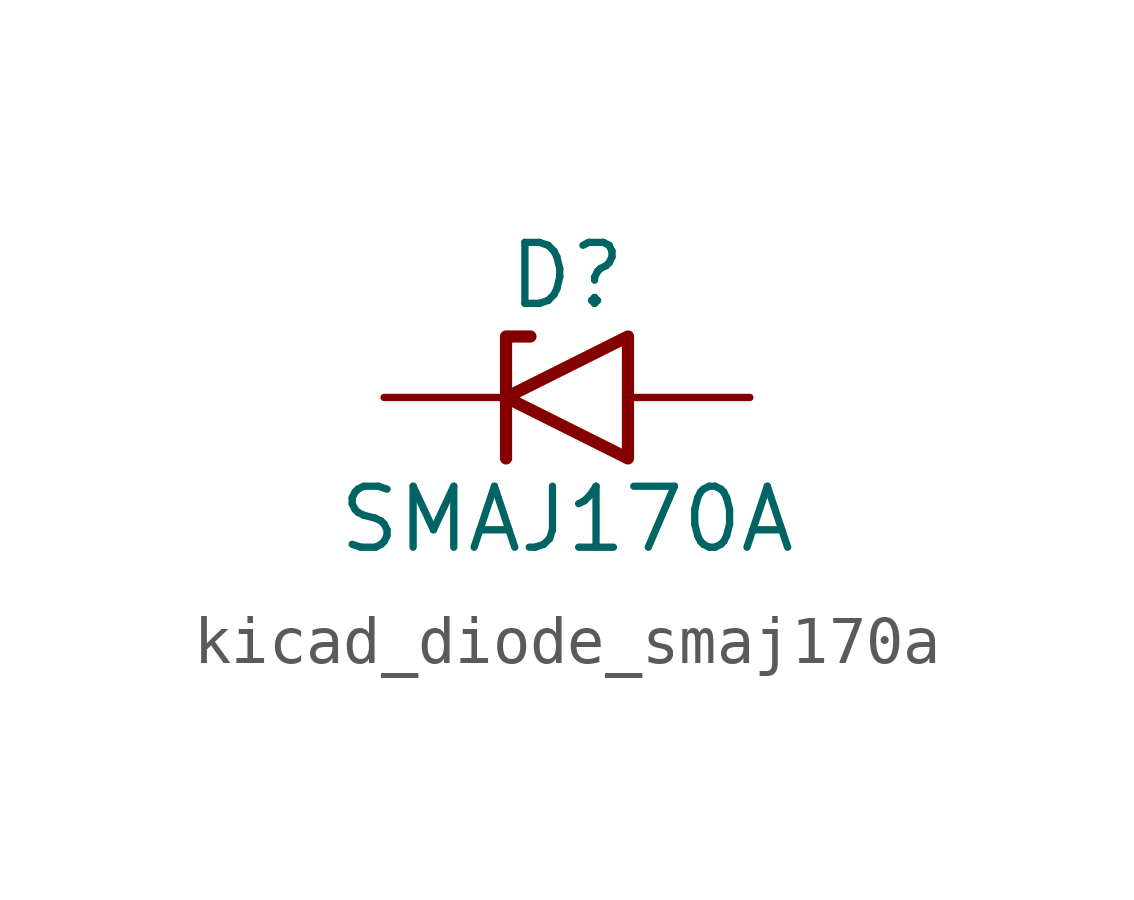
<source format=kicad_sym>
(kicad_symbol_lib
  (version 20220914)
  (generator kicad_symbol_editor)
  (symbol "kicad_diode_smaj170a"
    (pin_numbers hide)
    (pin_names
      (offset 1.016) hide)
    (property "Reference" "D"
      (at 0 2.54 0)
      (effects (font (size 1.27 1.27))))
    (property "Value" "SMAJ170A"
      (at 0 -2.54 0)
      (effects (font (size 1.27 1.27))))
    (symbol "kicad_diode_smaj170a_0_1"
      (polyline (pts (xy -0.762 1.27) (xy -1.27 1.27) (xy -1.27 -1.27)) (stroke (width 0.254) (type default)) (fill (type none)))
      (polyline (pts (xy 1.27 1.27) (xy 1.27 -1.27) (xy -1.27 0) (xy 1.27 1.27)) (stroke (width 0.254) (type default)) (fill (type none))))
    (symbol "kicad_diode_smaj170a_1_1"
      (pin passive line (at -3.81 0 0) (length 2.54) (name "A1" (effects (font (size 1.27 1.27)))) (number "1" (effects (font (size 1.27 1.27)))))
      (pin passive line (at 3.81 0 180) (length 2.54) (name "A2" (effects (font (size 1.27 1.27)))) (number "2" (effects (font (size 1.27 1.27))))))))
</source>
